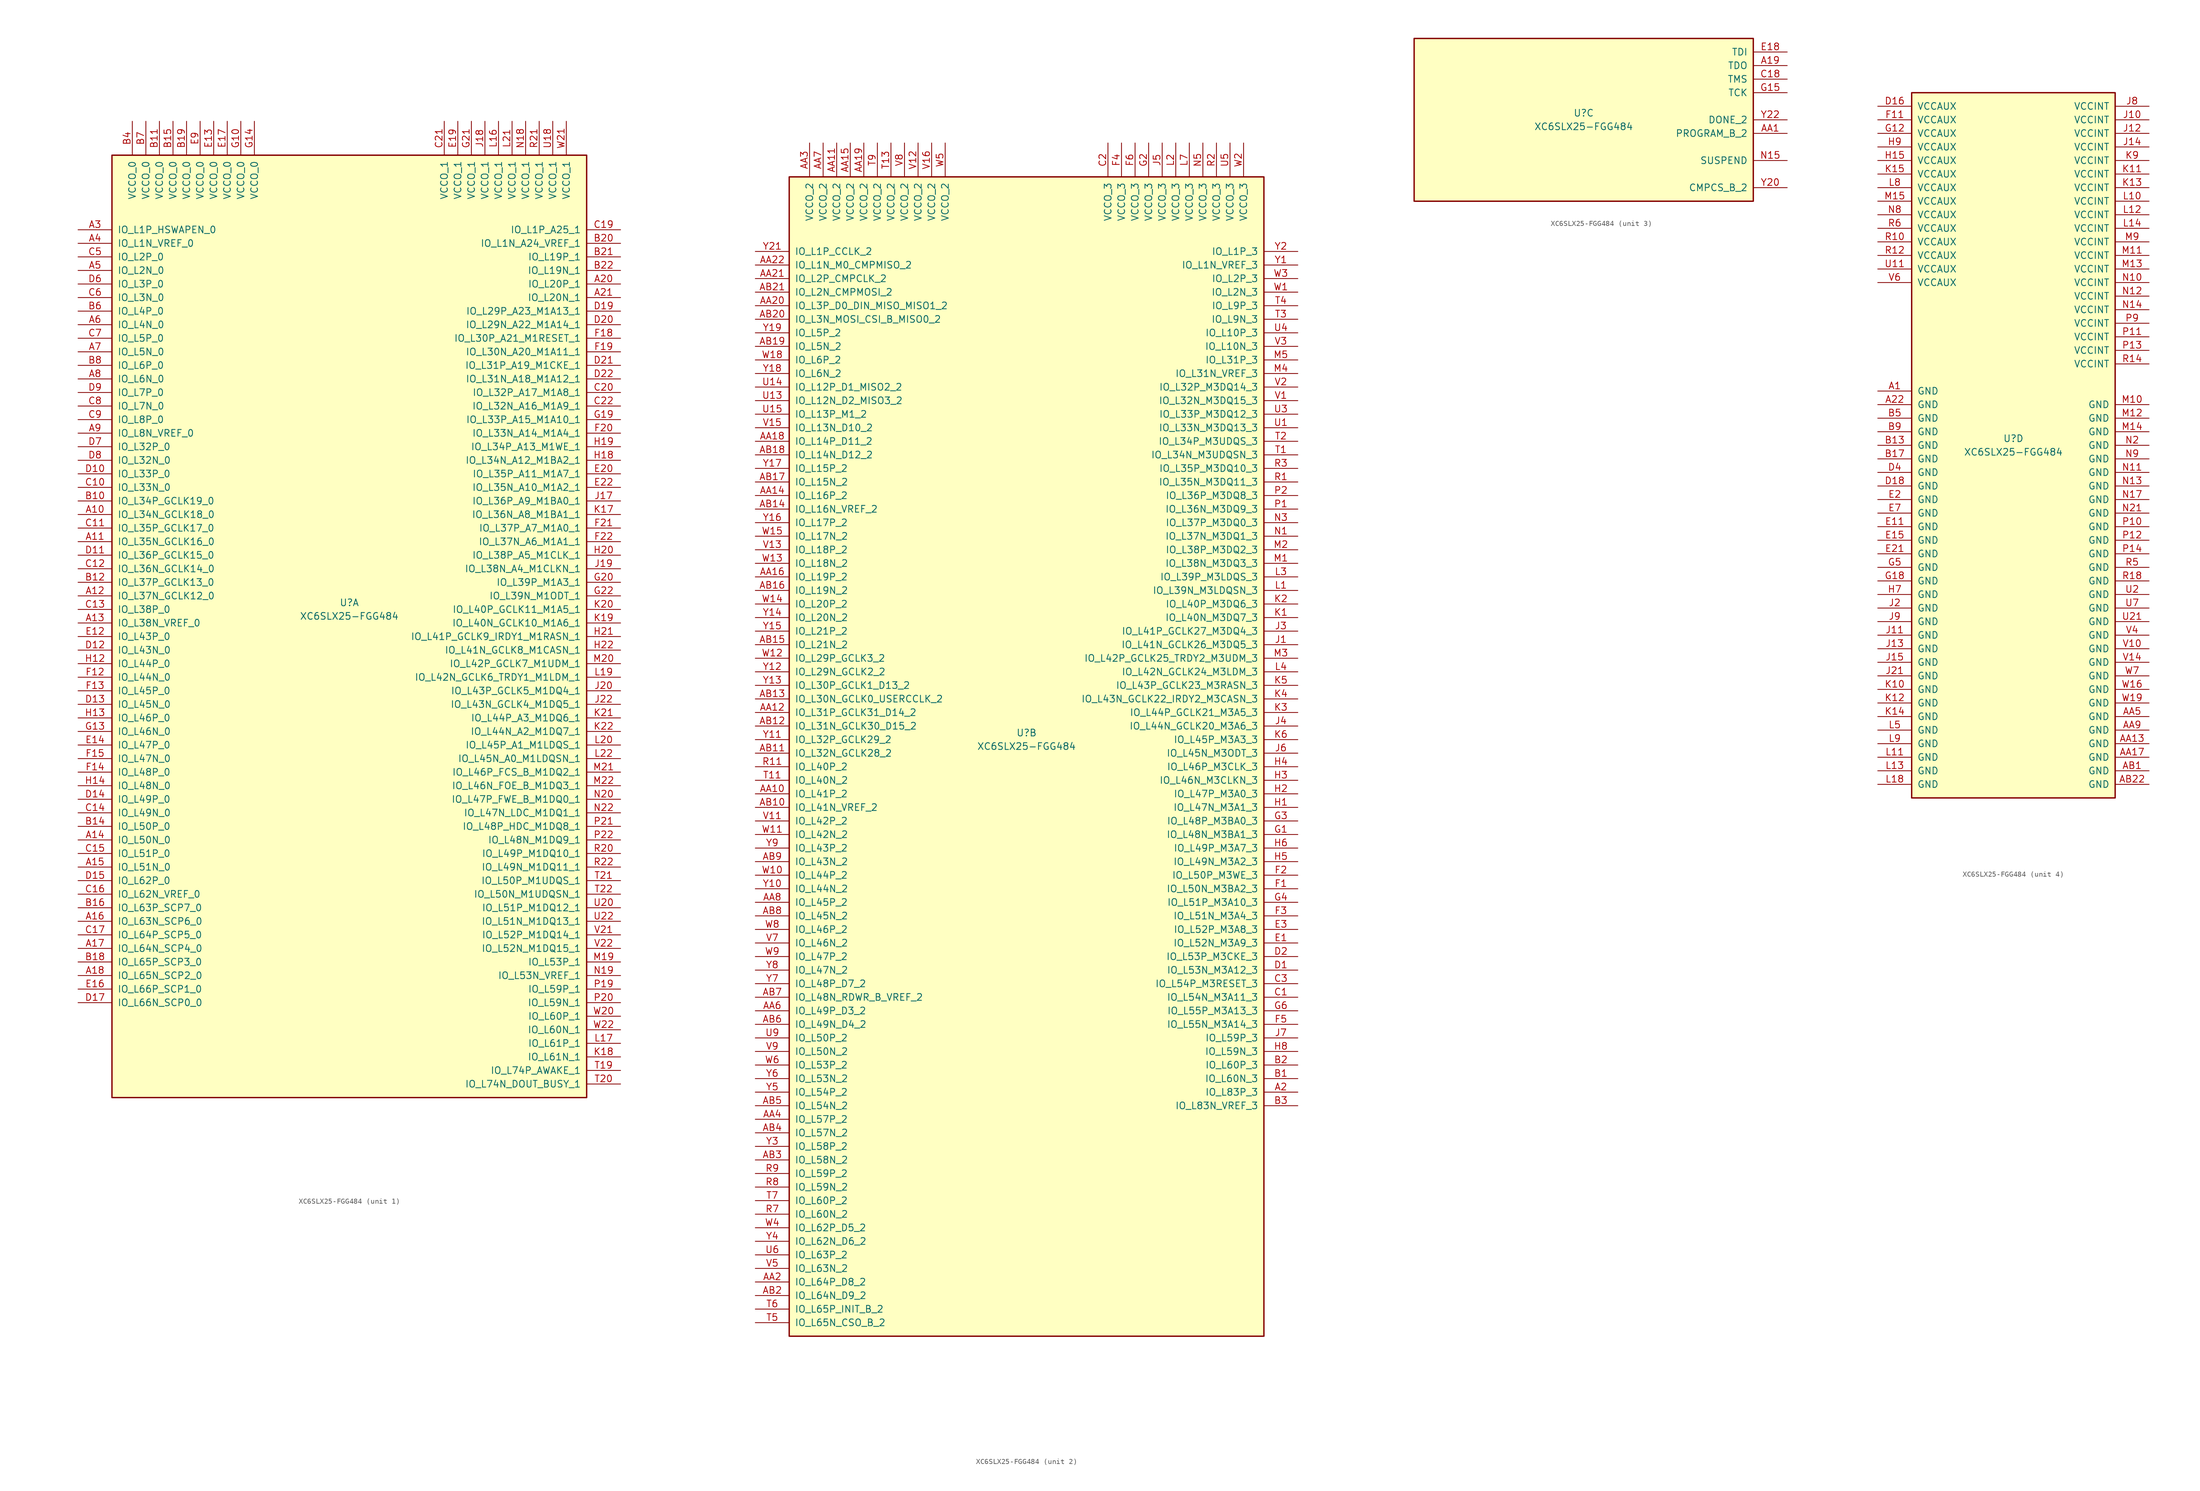
<source format=kicad_sym>
(kicad_symbol_lib
  (version 20220914)
  (generator kicad_symbol_editor)
  (symbol "XC6SLX25-FGG484"
    (pin_names
      (offset 1.016))
    (property "Reference" "U"
      (at 0 1.27 0)
      (effects (font (size 1.27 1.27))))
    (property "Value" "XC6SLX25-FGG484"
      (at 0 -1.27 0)
      (effects (font (size 1.27 1.27))))
    (property "Datasheet" ""
      (at 0 0 0)
      (effects (font (size 1.27 1.27))))
    (property "ki_locked" ""
      (at 0 0 0)
      (effects (font (size 1.27 1.27))))
    (symbol "XC6SLX25-FGG484_1_1"
      (rectangle (start -44.45 85.09) (end 44.45 -91.44) (stroke (width 0.254) (type default)) (fill (type background)))
      (pin bidirectional line (at -50.8 17.78 0) (length 6.35) (name "IO_L34N_GCLK18_0" (effects (font (size 1.27 1.27)))) (number "A10" (effects (font (size 1.27 1.27)))))
      (pin bidirectional line (at -50.8 12.7 0) (length 6.35) (name "IO_L35N_GCLK16_0" (effects (font (size 1.27 1.27)))) (number "A11" (effects (font (size 1.27 1.27)))))
      (pin bidirectional line (at -50.8 2.54 0) (length 6.35) (name "IO_L37N_GCLK12_0" (effects (font (size 1.27 1.27)))) (number "A12" (effects (font (size 1.27 1.27)))))
      (pin bidirectional line (at -50.8 -2.54 0) (length 6.35) (name "IO_L38N_VREF_0" (effects (font (size 1.27 1.27)))) (number "A13" (effects (font (size 1.27 1.27)))))
      (pin bidirectional line (at -50.8 -43.18 0) (length 6.35) (name "IO_L50N_0" (effects (font (size 1.27 1.27)))) (number "A14" (effects (font (size 1.27 1.27)))))
      (pin bidirectional line (at -50.8 -48.26 0) (length 6.35) (name "IO_L51N_0" (effects (font (size 1.27 1.27)))) (number "A15" (effects (font (size 1.27 1.27)))))
      (pin bidirectional line (at -50.8 -58.42 0) (length 6.35) (name "IO_L63N_SCP6_0" (effects (font (size 1.27 1.27)))) (number "A16" (effects (font (size 1.27 1.27)))))
      (pin bidirectional line (at -50.8 -63.5 0) (length 6.35) (name "IO_L64N_SCP4_0" (effects (font (size 1.27 1.27)))) (number "A17" (effects (font (size 1.27 1.27)))))
      (pin bidirectional line (at -50.8 -68.58 0) (length 6.35) (name "IO_L65N_SCP2_0" (effects (font (size 1.27 1.27)))) (number "A18" (effects (font (size 1.27 1.27)))))
      (pin bidirectional line (at 50.8 60.96 180) (length 6.35) (name "IO_L20P_1" (effects (font (size 1.27 1.27)))) (number "A20" (effects (font (size 1.27 1.27)))))
      (pin bidirectional line (at 50.8 58.42 180) (length 6.35) (name "IO_L20N_1" (effects (font (size 1.27 1.27)))) (number "A21" (effects (font (size 1.27 1.27)))))
      (pin bidirectional line (at -50.8 71.12 0) (length 6.35) (name "IO_L1P_HSWAPEN_0" (effects (font (size 1.27 1.27)))) (number "A3" (effects (font (size 1.27 1.27)))))
      (pin bidirectional line (at -50.8 68.58 0) (length 6.35) (name "IO_L1N_VREF_0" (effects (font (size 1.27 1.27)))) (number "A4" (effects (font (size 1.27 1.27)))))
      (pin bidirectional line (at -50.8 63.5 0) (length 6.35) (name "IO_L2N_0" (effects (font (size 1.27 1.27)))) (number "A5" (effects (font (size 1.27 1.27)))))
      (pin bidirectional line (at -50.8 53.34 0) (length 6.35) (name "IO_L4N_0" (effects (font (size 1.27 1.27)))) (number "A6" (effects (font (size 1.27 1.27)))))
      (pin bidirectional line (at -50.8 48.26 0) (length 6.35) (name "IO_L5N_0" (effects (font (size 1.27 1.27)))) (number "A7" (effects (font (size 1.27 1.27)))))
      (pin bidirectional line (at -50.8 43.18 0) (length 6.35) (name "IO_L6N_0" (effects (font (size 1.27 1.27)))) (number "A8" (effects (font (size 1.27 1.27)))))
      (pin bidirectional line (at -50.8 33.02 0) (length 6.35) (name "IO_L8N_VREF_0" (effects (font (size 1.27 1.27)))) (number "A9" (effects (font (size 1.27 1.27)))))
      (pin bidirectional line (at -50.8 20.32 0) (length 6.35) (name "IO_L34P_GCLK19_0" (effects (font (size 1.27 1.27)))) (number "B10" (effects (font (size 1.27 1.27)))))
      (pin power_in line (at -35.56 91.44 270) (length 6.35) (name "VCCO_0" (effects (font (size 1.27 1.27)))) (number "B11" (effects (font (size 1.27 1.27)))))
      (pin bidirectional line (at -50.8 5.08 0) (length 6.35) (name "IO_L37P_GCLK13_0" (effects (font (size 1.27 1.27)))) (number "B12" (effects (font (size 1.27 1.27)))))
      (pin bidirectional line (at -50.8 -40.64 0) (length 6.35) (name "IO_L50P_0" (effects (font (size 1.27 1.27)))) (number "B14" (effects (font (size 1.27 1.27)))))
      (pin power_in line (at -33.02 91.44 270) (length 6.35) (name "VCCO_0" (effects (font (size 1.27 1.27)))) (number "B15" (effects (font (size 1.27 1.27)))))
      (pin bidirectional line (at -50.8 -55.88 0) (length 6.35) (name "IO_L63P_SCP7_0" (effects (font (size 1.27 1.27)))) (number "B16" (effects (font (size 1.27 1.27)))))
      (pin bidirectional line (at -50.8 -66.04 0) (length 6.35) (name "IO_L65P_SCP3_0" (effects (font (size 1.27 1.27)))) (number "B18" (effects (font (size 1.27 1.27)))))
      (pin power_in line (at -30.48 91.44 270) (length 6.35) (name "VCCO_0" (effects (font (size 1.27 1.27)))) (number "B19" (effects (font (size 1.27 1.27)))))
      (pin bidirectional line (at 50.8 68.58 180) (length 6.35) (name "IO_L1N_A24_VREF_1" (effects (font (size 1.27 1.27)))) (number "B20" (effects (font (size 1.27 1.27)))))
      (pin bidirectional line (at 50.8 66.04 180) (length 6.35) (name "IO_L19P_1" (effects (font (size 1.27 1.27)))) (number "B21" (effects (font (size 1.27 1.27)))))
      (pin bidirectional line (at 50.8 63.5 180) (length 6.35) (name "IO_L19N_1" (effects (font (size 1.27 1.27)))) (number "B22" (effects (font (size 1.27 1.27)))))
      (pin power_in line (at -40.64 91.44 270) (length 6.35) (name "VCCO_0" (effects (font (size 1.27 1.27)))) (number "B4" (effects (font (size 1.27 1.27)))))
      (pin bidirectional line (at -50.8 55.88 0) (length 6.35) (name "IO_L4P_0" (effects (font (size 1.27 1.27)))) (number "B6" (effects (font (size 1.27 1.27)))))
      (pin power_in line (at -38.1 91.44 270) (length 6.35) (name "VCCO_0" (effects (font (size 1.27 1.27)))) (number "B7" (effects (font (size 1.27 1.27)))))
      (pin bidirectional line (at -50.8 45.72 0) (length 6.35) (name "IO_L6P_0" (effects (font (size 1.27 1.27)))) (number "B8" (effects (font (size 1.27 1.27)))))
      (pin bidirectional line (at -50.8 22.86 0) (length 6.35) (name "IO_L33N_0" (effects (font (size 1.27 1.27)))) (number "C10" (effects (font (size 1.27 1.27)))))
      (pin bidirectional line (at -50.8 15.24 0) (length 6.35) (name "IO_L35P_GCLK17_0" (effects (font (size 1.27 1.27)))) (number "C11" (effects (font (size 1.27 1.27)))))
      (pin bidirectional line (at -50.8 7.62 0) (length 6.35) (name "IO_L36N_GCLK14_0" (effects (font (size 1.27 1.27)))) (number "C12" (effects (font (size 1.27 1.27)))))
      (pin bidirectional line (at -50.8 0 0) (length 6.35) (name "IO_L38P_0" (effects (font (size 1.27 1.27)))) (number "C13" (effects (font (size 1.27 1.27)))))
      (pin bidirectional line (at -50.8 -38.1 0) (length 6.35) (name "IO_L49N_0" (effects (font (size 1.27 1.27)))) (number "C14" (effects (font (size 1.27 1.27)))))
      (pin bidirectional line (at -50.8 -45.72 0) (length 6.35) (name "IO_L51P_0" (effects (font (size 1.27 1.27)))) (number "C15" (effects (font (size 1.27 1.27)))))
      (pin bidirectional line (at -50.8 -53.34 0) (length 6.35) (name "IO_L62N_VREF_0" (effects (font (size 1.27 1.27)))) (number "C16" (effects (font (size 1.27 1.27)))))
      (pin bidirectional line (at -50.8 -60.96 0) (length 6.35) (name "IO_L64P_SCP5_0" (effects (font (size 1.27 1.27)))) (number "C17" (effects (font (size 1.27 1.27)))))
      (pin bidirectional line (at 50.8 71.12 180) (length 6.35) (name "IO_L1P_A25_1" (effects (font (size 1.27 1.27)))) (number "C19" (effects (font (size 1.27 1.27)))))
      (pin bidirectional line (at 50.8 40.64 180) (length 6.35) (name "IO_L32P_A17_M1A8_1" (effects (font (size 1.27 1.27)))) (number "C20" (effects (font (size 1.27 1.27)))))
      (pin power_in line (at 17.78 91.44 270) (length 6.35) (name "VCCO_1" (effects (font (size 1.27 1.27)))) (number "C21" (effects (font (size 1.27 1.27)))))
      (pin bidirectional line (at 50.8 38.1 180) (length 6.35) (name "IO_L32N_A16_M1A9_1" (effects (font (size 1.27 1.27)))) (number "C22" (effects (font (size 1.27 1.27)))))
      (pin bidirectional line (at -50.8 66.04 0) (length 6.35) (name "IO_L2P_0" (effects (font (size 1.27 1.27)))) (number "C5" (effects (font (size 1.27 1.27)))))
      (pin bidirectional line (at -50.8 58.42 0) (length 6.35) (name "IO_L3N_0" (effects (font (size 1.27 1.27)))) (number "C6" (effects (font (size 1.27 1.27)))))
      (pin bidirectional line (at -50.8 50.8 0) (length 6.35) (name "IO_L5P_0" (effects (font (size 1.27 1.27)))) (number "C7" (effects (font (size 1.27 1.27)))))
      (pin bidirectional line (at -50.8 38.1 0) (length 6.35) (name "IO_L7N_0" (effects (font (size 1.27 1.27)))) (number "C8" (effects (font (size 1.27 1.27)))))
      (pin bidirectional line (at -50.8 35.56 0) (length 6.35) (name "IO_L8P_0" (effects (font (size 1.27 1.27)))) (number "C9" (effects (font (size 1.27 1.27)))))
      (pin bidirectional line (at -50.8 25.4 0) (length 6.35) (name "IO_L33P_0" (effects (font (size 1.27 1.27)))) (number "D10" (effects (font (size 1.27 1.27)))))
      (pin bidirectional line (at -50.8 10.16 0) (length 6.35) (name "IO_L36P_GCLK15_0" (effects (font (size 1.27 1.27)))) (number "D11" (effects (font (size 1.27 1.27)))))
      (pin bidirectional line (at -50.8 -7.62 0) (length 6.35) (name "IO_L43N_0" (effects (font (size 1.27 1.27)))) (number "D12" (effects (font (size 1.27 1.27)))))
      (pin bidirectional line (at -50.8 -17.78 0) (length 6.35) (name "IO_L45N_0" (effects (font (size 1.27 1.27)))) (number "D13" (effects (font (size 1.27 1.27)))))
      (pin bidirectional line (at -50.8 -35.56 0) (length 6.35) (name "IO_L49P_0" (effects (font (size 1.27 1.27)))) (number "D14" (effects (font (size 1.27 1.27)))))
      (pin bidirectional line (at -50.8 -50.8 0) (length 6.35) (name "IO_L62P_0" (effects (font (size 1.27 1.27)))) (number "D15" (effects (font (size 1.27 1.27)))))
      (pin bidirectional line (at -50.8 -73.66 0) (length 6.35) (name "IO_L66N_SCP0_0" (effects (font (size 1.27 1.27)))) (number "D17" (effects (font (size 1.27 1.27)))))
      (pin bidirectional line (at 50.8 55.88 180) (length 6.35) (name "IO_L29P_A23_M1A13_1" (effects (font (size 1.27 1.27)))) (number "D19" (effects (font (size 1.27 1.27)))))
      (pin bidirectional line (at 50.8 53.34 180) (length 6.35) (name "IO_L29N_A22_M1A14_1" (effects (font (size 1.27 1.27)))) (number "D20" (effects (font (size 1.27 1.27)))))
      (pin bidirectional line (at 50.8 45.72 180) (length 6.35) (name "IO_L31P_A19_M1CKE_1" (effects (font (size 1.27 1.27)))) (number "D21" (effects (font (size 1.27 1.27)))))
      (pin bidirectional line (at 50.8 43.18 180) (length 6.35) (name "IO_L31N_A18_M1A12_1" (effects (font (size 1.27 1.27)))) (number "D22" (effects (font (size 1.27 1.27)))))
      (pin bidirectional line (at -50.8 60.96 0) (length 6.35) (name "IO_L3P_0" (effects (font (size 1.27 1.27)))) (number "D6" (effects (font (size 1.27 1.27)))))
      (pin bidirectional line (at -50.8 30.48 0) (length 6.35) (name "IO_L32P_0" (effects (font (size 1.27 1.27)))) (number "D7" (effects (font (size 1.27 1.27)))))
      (pin bidirectional line (at -50.8 27.94 0) (length 6.35) (name "IO_L32N_0" (effects (font (size 1.27 1.27)))) (number "D8" (effects (font (size 1.27 1.27)))))
      (pin bidirectional line (at -50.8 40.64 0) (length 6.35) (name "IO_L7P_0" (effects (font (size 1.27 1.27)))) (number "D9" (effects (font (size 1.27 1.27)))))
      (pin bidirectional line (at -50.8 -5.08 0) (length 6.35) (name "IO_L43P_0" (effects (font (size 1.27 1.27)))) (number "E12" (effects (font (size 1.27 1.27)))))
      (pin power_in line (at -25.4 91.44 270) (length 6.35) (name "VCCO_0" (effects (font (size 1.27 1.27)))) (number "E13" (effects (font (size 1.27 1.27)))))
      (pin bidirectional line (at -50.8 -25.4 0) (length 6.35) (name "IO_L47P_0" (effects (font (size 1.27 1.27)))) (number "E14" (effects (font (size 1.27 1.27)))))
      (pin bidirectional line (at -50.8 -71.12 0) (length 6.35) (name "IO_L66P_SCP1_0" (effects (font (size 1.27 1.27)))) (number "E16" (effects (font (size 1.27 1.27)))))
      (pin power_in line (at -22.86 91.44 270) (length 6.35) (name "VCCO_0" (effects (font (size 1.27 1.27)))) (number "E17" (effects (font (size 1.27 1.27)))))
      (pin power_in line (at 20.32 91.44 270) (length 6.35) (name "VCCO_1" (effects (font (size 1.27 1.27)))) (number "E19" (effects (font (size 1.27 1.27)))))
      (pin bidirectional line (at 50.8 25.4 180) (length 6.35) (name "IO_L35P_A11_M1A7_1" (effects (font (size 1.27 1.27)))) (number "E20" (effects (font (size 1.27 1.27)))))
      (pin bidirectional line (at 50.8 22.86 180) (length 6.35) (name "IO_L35N_A10_M1A2_1" (effects (font (size 1.27 1.27)))) (number "E22" (effects (font (size 1.27 1.27)))))
      (pin power_in line (at -27.94 91.44 270) (length 6.35) (name "VCCO_0" (effects (font (size 1.27 1.27)))) (number "E9" (effects (font (size 1.27 1.27)))))
      (pin bidirectional line (at -50.8 -12.7 0) (length 6.35) (name "IO_L44N_0" (effects (font (size 1.27 1.27)))) (number "F12" (effects (font (size 1.27 1.27)))))
      (pin bidirectional line (at -50.8 -15.24 0) (length 6.35) (name "IO_L45P_0" (effects (font (size 1.27 1.27)))) (number "F13" (effects (font (size 1.27 1.27)))))
      (pin bidirectional line (at -50.8 -30.48 0) (length 6.35) (name "IO_L48P_0" (effects (font (size 1.27 1.27)))) (number "F14" (effects (font (size 1.27 1.27)))))
      (pin bidirectional line (at -50.8 -27.94 0) (length 6.35) (name "IO_L47N_0" (effects (font (size 1.27 1.27)))) (number "F15" (effects (font (size 1.27 1.27)))))
      (pin bidirectional line (at 50.8 50.8 180) (length 6.35) (name "IO_L30P_A21_M1RESET_1" (effects (font (size 1.27 1.27)))) (number "F18" (effects (font (size 1.27 1.27)))))
      (pin bidirectional line (at 50.8 48.26 180) (length 6.35) (name "IO_L30N_A20_M1A11_1" (effects (font (size 1.27 1.27)))) (number "F19" (effects (font (size 1.27 1.27)))))
      (pin bidirectional line (at 50.8 33.02 180) (length 6.35) (name "IO_L33N_A14_M1A4_1" (effects (font (size 1.27 1.27)))) (number "F20" (effects (font (size 1.27 1.27)))))
      (pin bidirectional line (at 50.8 15.24 180) (length 6.35) (name "IO_L37P_A7_M1A0_1" (effects (font (size 1.27 1.27)))) (number "F21" (effects (font (size 1.27 1.27)))))
      (pin bidirectional line (at 50.8 12.7 180) (length 6.35) (name "IO_L37N_A6_M1A1_1" (effects (font (size 1.27 1.27)))) (number "F22" (effects (font (size 1.27 1.27)))))
      (pin power_in line (at -20.32 91.44 270) (length 6.35) (name "VCCO_0" (effects (font (size 1.27 1.27)))) (number "G10" (effects (font (size 1.27 1.27)))))
      (pin bidirectional line (at -50.8 -22.86 0) (length 6.35) (name "IO_L46N_0" (effects (font (size 1.27 1.27)))) (number "G13" (effects (font (size 1.27 1.27)))))
      (pin power_in line (at -17.78 91.44 270) (length 6.35) (name "VCCO_0" (effects (font (size 1.27 1.27)))) (number "G14" (effects (font (size 1.27 1.27)))))
      (pin bidirectional line (at 50.8 35.56 180) (length 6.35) (name "IO_L33P_A15_M1A10_1" (effects (font (size 1.27 1.27)))) (number "G19" (effects (font (size 1.27 1.27)))))
      (pin bidirectional line (at 50.8 5.08 180) (length 6.35) (name "IO_L39P_M1A3_1" (effects (font (size 1.27 1.27)))) (number "G20" (effects (font (size 1.27 1.27)))))
      (pin power_in line (at 22.86 91.44 270) (length 6.35) (name "VCCO_1" (effects (font (size 1.27 1.27)))) (number "G21" (effects (font (size 1.27 1.27)))))
      (pin bidirectional line (at 50.8 2.54 180) (length 6.35) (name "IO_L39N_M1ODT_1" (effects (font (size 1.27 1.27)))) (number "G22" (effects (font (size 1.27 1.27)))))
      (pin bidirectional line (at -50.8 -10.16 0) (length 6.35) (name "IO_L44P_0" (effects (font (size 1.27 1.27)))) (number "H12" (effects (font (size 1.27 1.27)))))
      (pin bidirectional line (at -50.8 -20.32 0) (length 6.35) (name "IO_L46P_0" (effects (font (size 1.27 1.27)))) (number "H13" (effects (font (size 1.27 1.27)))))
      (pin bidirectional line (at -50.8 -33.02 0) (length 6.35) (name "IO_L48N_0" (effects (font (size 1.27 1.27)))) (number "H14" (effects (font (size 1.27 1.27)))))
      (pin bidirectional line (at 50.8 27.94 180) (length 6.35) (name "IO_L34N_A12_M1BA2_1" (effects (font (size 1.27 1.27)))) (number "H18" (effects (font (size 1.27 1.27)))))
      (pin bidirectional line (at 50.8 30.48 180) (length 6.35) (name "IO_L34P_A13_M1WE_1" (effects (font (size 1.27 1.27)))) (number "H19" (effects (font (size 1.27 1.27)))))
      (pin bidirectional line (at 50.8 10.16 180) (length 6.35) (name "IO_L38P_A5_M1CLK_1" (effects (font (size 1.27 1.27)))) (number "H20" (effects (font (size 1.27 1.27)))))
      (pin bidirectional line (at 50.8 -5.08 180) (length 6.35) (name "IO_L41P_GCLK9_IRDY1_M1RASN_1" (effects (font (size 1.27 1.27)))) (number "H21" (effects (font (size 1.27 1.27)))))
      (pin bidirectional line (at 50.8 -7.62 180) (length 6.35) (name "IO_L41N_GCLK8_M1CASN_1" (effects (font (size 1.27 1.27)))) (number "H22" (effects (font (size 1.27 1.27)))))
      (pin bidirectional line (at 50.8 20.32 180) (length 6.35) (name "IO_L36P_A9_M1BA0_1" (effects (font (size 1.27 1.27)))) (number "J17" (effects (font (size 1.27 1.27)))))
      (pin power_in line (at 25.4 91.44 270) (length 6.35) (name "VCCO_1" (effects (font (size 1.27 1.27)))) (number "J18" (effects (font (size 1.27 1.27)))))
      (pin bidirectional line (at 50.8 7.62 180) (length 6.35) (name "IO_L38N_A4_M1CLKN_1" (effects (font (size 1.27 1.27)))) (number "J19" (effects (font (size 1.27 1.27)))))
      (pin bidirectional line (at 50.8 -15.24 180) (length 6.35) (name "IO_L43P_GCLK5_M1DQ4_1" (effects (font (size 1.27 1.27)))) (number "J20" (effects (font (size 1.27 1.27)))))
      (pin bidirectional line (at 50.8 -17.78 180) (length 6.35) (name "IO_L43N_GCLK4_M1DQ5_1" (effects (font (size 1.27 1.27)))) (number "J22" (effects (font (size 1.27 1.27)))))
      (pin bidirectional line (at 50.8 17.78 180) (length 6.35) (name "IO_L36N_A8_M1BA1_1" (effects (font (size 1.27 1.27)))) (number "K17" (effects (font (size 1.27 1.27)))))
      (pin bidirectional line (at 50.8 -83.82 180) (length 6.35) (name "IO_L61N_1" (effects (font (size 1.27 1.27)))) (number "K18" (effects (font (size 1.27 1.27)))))
      (pin bidirectional line (at 50.8 -2.54 180) (length 6.35) (name "IO_L40N_GCLK10_M1A6_1" (effects (font (size 1.27 1.27)))) (number "K19" (effects (font (size 1.27 1.27)))))
      (pin bidirectional line (at 50.8 0 180) (length 6.35) (name "IO_L40P_GCLK11_M1A5_1" (effects (font (size 1.27 1.27)))) (number "K20" (effects (font (size 1.27 1.27)))))
      (pin bidirectional line (at 50.8 -20.32 180) (length 6.35) (name "IO_L44P_A3_M1DQ6_1" (effects (font (size 1.27 1.27)))) (number "K21" (effects (font (size 1.27 1.27)))))
      (pin bidirectional line (at 50.8 -22.86 180) (length 6.35) (name "IO_L44N_A2_M1DQ7_1" (effects (font (size 1.27 1.27)))) (number "K22" (effects (font (size 1.27 1.27)))))
      (pin power_in line (at 27.94 91.44 270) (length 6.35) (name "VCCO_1" (effects (font (size 1.27 1.27)))) (number "L16" (effects (font (size 1.27 1.27)))))
      (pin bidirectional line (at 50.8 -81.28 180) (length 6.35) (name "IO_L61P_1" (effects (font (size 1.27 1.27)))) (number "L17" (effects (font (size 1.27 1.27)))))
      (pin bidirectional line (at 50.8 -12.7 180) (length 6.35) (name "IO_L42N_GCLK6_TRDY1_M1LDM_1" (effects (font (size 1.27 1.27)))) (number "L19" (effects (font (size 1.27 1.27)))))
      (pin bidirectional line (at 50.8 -25.4 180) (length 6.35) (name "IO_L45P_A1_M1LDQS_1" (effects (font (size 1.27 1.27)))) (number "L20" (effects (font (size 1.27 1.27)))))
      (pin power_in line (at 30.48 91.44 270) (length 6.35) (name "VCCO_1" (effects (font (size 1.27 1.27)))) (number "L21" (effects (font (size 1.27 1.27)))))
      (pin bidirectional line (at 50.8 -27.94 180) (length 6.35) (name "IO_L45N_A0_M1LDQSN_1" (effects (font (size 1.27 1.27)))) (number "L22" (effects (font (size 1.27 1.27)))))
      (pin bidirectional line (at 50.8 -66.04 180) (length 6.35) (name "IO_L53P_1" (effects (font (size 1.27 1.27)))) (number "M19" (effects (font (size 1.27 1.27)))))
      (pin bidirectional line (at 50.8 -10.16 180) (length 6.35) (name "IO_L42P_GCLK7_M1UDM_1" (effects (font (size 1.27 1.27)))) (number "M20" (effects (font (size 1.27 1.27)))))
      (pin bidirectional line (at 50.8 -30.48 180) (length 6.35) (name "IO_L46P_FCS_B_M1DQ2_1" (effects (font (size 1.27 1.27)))) (number "M21" (effects (font (size 1.27 1.27)))))
      (pin bidirectional line (at 50.8 -33.02 180) (length 6.35) (name "IO_L46N_FOE_B_M1DQ3_1" (effects (font (size 1.27 1.27)))) (number "M22" (effects (font (size 1.27 1.27)))))
      (pin power_in line (at 33.02 91.44 270) (length 6.35) (name "VCCO_1" (effects (font (size 1.27 1.27)))) (number "N18" (effects (font (size 1.27 1.27)))))
      (pin bidirectional line (at 50.8 -68.58 180) (length 6.35) (name "IO_L53N_VREF_1" (effects (font (size 1.27 1.27)))) (number "N19" (effects (font (size 1.27 1.27)))))
      (pin bidirectional line (at 50.8 -35.56 180) (length 6.35) (name "IO_L47P_FWE_B_M1DQ0_1" (effects (font (size 1.27 1.27)))) (number "N20" (effects (font (size 1.27 1.27)))))
      (pin bidirectional line (at 50.8 -38.1 180) (length 6.35) (name "IO_L47N_LDC_M1DQ1_1" (effects (font (size 1.27 1.27)))) (number "N22" (effects (font (size 1.27 1.27)))))
      (pin bidirectional line (at 50.8 -71.12 180) (length 6.35) (name "IO_L59P_1" (effects (font (size 1.27 1.27)))) (number "P19" (effects (font (size 1.27 1.27)))))
      (pin bidirectional line (at 50.8 -73.66 180) (length 6.35) (name "IO_L59N_1" (effects (font (size 1.27 1.27)))) (number "P20" (effects (font (size 1.27 1.27)))))
      (pin bidirectional line (at 50.8 -40.64 180) (length 6.35) (name "IO_L48P_HDC_M1DQ8_1" (effects (font (size 1.27 1.27)))) (number "P21" (effects (font (size 1.27 1.27)))))
      (pin bidirectional line (at 50.8 -43.18 180) (length 6.35) (name "IO_L48N_M1DQ9_1" (effects (font (size 1.27 1.27)))) (number "P22" (effects (font (size 1.27 1.27)))))
      (pin bidirectional line (at 50.8 -45.72 180) (length 6.35) (name "IO_L49P_M1DQ10_1" (effects (font (size 1.27 1.27)))) (number "R20" (effects (font (size 1.27 1.27)))))
      (pin power_in line (at 35.56 91.44 270) (length 6.35) (name "VCCO_1" (effects (font (size 1.27 1.27)))) (number "R21" (effects (font (size 1.27 1.27)))))
      (pin bidirectional line (at 50.8 -48.26 180) (length 6.35) (name "IO_L49N_M1DQ11_1" (effects (font (size 1.27 1.27)))) (number "R22" (effects (font (size 1.27 1.27)))))
      (pin bidirectional line (at 50.8 -86.36 180) (length 6.35) (name "IO_L74P_AWAKE_1" (effects (font (size 1.27 1.27)))) (number "T19" (effects (font (size 1.27 1.27)))))
      (pin bidirectional line (at 50.8 -88.9 180) (length 6.35) (name "IO_L74N_DOUT_BUSY_1" (effects (font (size 1.27 1.27)))) (number "T20" (effects (font (size 1.27 1.27)))))
      (pin bidirectional line (at 50.8 -50.8 180) (length 6.35) (name "IO_L50P_M1UDQS_1" (effects (font (size 1.27 1.27)))) (number "T21" (effects (font (size 1.27 1.27)))))
      (pin bidirectional line (at 50.8 -53.34 180) (length 6.35) (name "IO_L50N_M1UDQSN_1" (effects (font (size 1.27 1.27)))) (number "T22" (effects (font (size 1.27 1.27)))))
      (pin power_in line (at 38.1 91.44 270) (length 6.35) (name "VCCO_1" (effects (font (size 1.27 1.27)))) (number "U18" (effects (font (size 1.27 1.27)))))
      (pin bidirectional line (at 50.8 -55.88 180) (length 6.35) (name "IO_L51P_M1DQ12_1" (effects (font (size 1.27 1.27)))) (number "U20" (effects (font (size 1.27 1.27)))))
      (pin bidirectional line (at 50.8 -58.42 180) (length 6.35) (name "IO_L51N_M1DQ13_1" (effects (font (size 1.27 1.27)))) (number "U22" (effects (font (size 1.27 1.27)))))
      (pin bidirectional line (at 50.8 -60.96 180) (length 6.35) (name "IO_L52P_M1DQ14_1" (effects (font (size 1.27 1.27)))) (number "V21" (effects (font (size 1.27 1.27)))))
      (pin bidirectional line (at 50.8 -63.5 180) (length 6.35) (name "IO_L52N_M1DQ15_1" (effects (font (size 1.27 1.27)))) (number "V22" (effects (font (size 1.27 1.27)))))
      (pin bidirectional line (at 50.8 -76.2 180) (length 6.35) (name "IO_L60P_1" (effects (font (size 1.27 1.27)))) (number "W20" (effects (font (size 1.27 1.27)))))
      (pin power_in line (at 40.64 91.44 270) (length 6.35) (name "VCCO_1" (effects (font (size 1.27 1.27)))) (number "W21" (effects (font (size 1.27 1.27)))))
      (pin bidirectional line (at 50.8 -78.74 180) (length 6.35) (name "IO_L60N_1" (effects (font (size 1.27 1.27)))) (number "W22" (effects (font (size 1.27 1.27))))))
    (symbol "XC6SLX25-FGG484_2_1"
      (rectangle (start -44.45 105.41) (end 44.45 -111.76) (stroke (width 0.254) (type default)) (fill (type background)))
      (pin bidirectional line (at 50.8 -66.04 180) (length 6.35) (name "IO_L83P_3" (effects (font (size 1.27 1.27)))) (number "A2" (effects (font (size 1.27 1.27)))))
      (pin bidirectional line (at -50.8 -10.16 0) (length 6.35) (name "IO_L41P_2" (effects (font (size 1.27 1.27)))) (number "AA10" (effects (font (size 1.27 1.27)))))
      (pin power_in line (at -35.56 111.76 270) (length 6.35) (name "VCCO_2" (effects (font (size 1.27 1.27)))) (number "AA11" (effects (font (size 1.27 1.27)))))
      (pin bidirectional line (at -50.8 5.08 0) (length 6.35) (name "IO_L31P_GCLK31_D14_2" (effects (font (size 1.27 1.27)))) (number "AA12" (effects (font (size 1.27 1.27)))))
      (pin bidirectional line (at -50.8 45.72 0) (length 6.35) (name "IO_L16P_2" (effects (font (size 1.27 1.27)))) (number "AA14" (effects (font (size 1.27 1.27)))))
      (pin power_in line (at -33.02 111.76 270) (length 6.35) (name "VCCO_2" (effects (font (size 1.27 1.27)))) (number "AA15" (effects (font (size 1.27 1.27)))))
      (pin bidirectional line (at -50.8 30.48 0) (length 6.35) (name "IO_L19P_2" (effects (font (size 1.27 1.27)))) (number "AA16" (effects (font (size 1.27 1.27)))))
      (pin bidirectional line (at -50.8 55.88 0) (length 6.35) (name "IO_L14P_D11_2" (effects (font (size 1.27 1.27)))) (number "AA18" (effects (font (size 1.27 1.27)))))
      (pin power_in line (at -30.48 111.76 270) (length 6.35) (name "VCCO_2" (effects (font (size 1.27 1.27)))) (number "AA19" (effects (font (size 1.27 1.27)))))
      (pin bidirectional line (at -50.8 -101.6 0) (length 6.35) (name "IO_L64P_D8_2" (effects (font (size 1.27 1.27)))) (number "AA2" (effects (font (size 1.27 1.27)))))
      (pin bidirectional line (at -50.8 81.28 0) (length 6.35) (name "IO_L3P_D0_DIN_MISO_MISO1_2" (effects (font (size 1.27 1.27)))) (number "AA20" (effects (font (size 1.27 1.27)))))
      (pin bidirectional line (at -50.8 86.36 0) (length 6.35) (name "IO_L2P_CMPCLK_2" (effects (font (size 1.27 1.27)))) (number "AA21" (effects (font (size 1.27 1.27)))))
      (pin bidirectional line (at -50.8 88.9 0) (length 6.35) (name "IO_L1N_M0_CMPMISO_2" (effects (font (size 1.27 1.27)))) (number "AA22" (effects (font (size 1.27 1.27)))))
      (pin power_in line (at -40.64 111.76 270) (length 6.35) (name "VCCO_2" (effects (font (size 1.27 1.27)))) (number "AA3" (effects (font (size 1.27 1.27)))))
      (pin bidirectional line (at -50.8 -71.12 0) (length 6.35) (name "IO_L57P_2" (effects (font (size 1.27 1.27)))) (number "AA4" (effects (font (size 1.27 1.27)))))
      (pin bidirectional line (at -50.8 -50.8 0) (length 6.35) (name "IO_L49P_D3_2" (effects (font (size 1.27 1.27)))) (number "AA6" (effects (font (size 1.27 1.27)))))
      (pin power_in line (at -38.1 111.76 270) (length 6.35) (name "VCCO_2" (effects (font (size 1.27 1.27)))) (number "AA7" (effects (font (size 1.27 1.27)))))
      (pin bidirectional line (at -50.8 -30.48 0) (length 6.35) (name "IO_L45P_2" (effects (font (size 1.27 1.27)))) (number "AA8" (effects (font (size 1.27 1.27)))))
      (pin bidirectional line (at -50.8 -12.7 0) (length 6.35) (name "IO_L41N_VREF_2" (effects (font (size 1.27 1.27)))) (number "AB10" (effects (font (size 1.27 1.27)))))
      (pin bidirectional line (at -50.8 -2.54 0) (length 6.35) (name "IO_L32N_GCLK28_2" (effects (font (size 1.27 1.27)))) (number "AB11" (effects (font (size 1.27 1.27)))))
      (pin bidirectional line (at -50.8 2.54 0) (length 6.35) (name "IO_L31N_GCLK30_D15_2" (effects (font (size 1.27 1.27)))) (number "AB12" (effects (font (size 1.27 1.27)))))
      (pin bidirectional line (at -50.8 7.62 0) (length 6.35) (name "IO_L30N_GCLK0_USERCCLK_2" (effects (font (size 1.27 1.27)))) (number "AB13" (effects (font (size 1.27 1.27)))))
      (pin bidirectional line (at -50.8 43.18 0) (length 6.35) (name "IO_L16N_VREF_2" (effects (font (size 1.27 1.27)))) (number "AB14" (effects (font (size 1.27 1.27)))))
      (pin bidirectional line (at -50.8 17.78 0) (length 6.35) (name "IO_L21N_2" (effects (font (size 1.27 1.27)))) (number "AB15" (effects (font (size 1.27 1.27)))))
      (pin bidirectional line (at -50.8 27.94 0) (length 6.35) (name "IO_L19N_2" (effects (font (size 1.27 1.27)))) (number "AB16" (effects (font (size 1.27 1.27)))))
      (pin bidirectional line (at -50.8 48.26 0) (length 6.35) (name "IO_L15N_2" (effects (font (size 1.27 1.27)))) (number "AB17" (effects (font (size 1.27 1.27)))))
      (pin bidirectional line (at -50.8 53.34 0) (length 6.35) (name "IO_L14N_D12_2" (effects (font (size 1.27 1.27)))) (number "AB18" (effects (font (size 1.27 1.27)))))
      (pin bidirectional line (at -50.8 73.66 0) (length 6.35) (name "IO_L5N_2" (effects (font (size 1.27 1.27)))) (number "AB19" (effects (font (size 1.27 1.27)))))
      (pin bidirectional line (at -50.8 -104.14 0) (length 6.35) (name "IO_L64N_D9_2" (effects (font (size 1.27 1.27)))) (number "AB2" (effects (font (size 1.27 1.27)))))
      (pin bidirectional line (at -50.8 78.74 0) (length 6.35) (name "IO_L3N_MOSI_CSI_B_MISO0_2" (effects (font (size 1.27 1.27)))) (number "AB20" (effects (font (size 1.27 1.27)))))
      (pin bidirectional line (at -50.8 83.82 0) (length 6.35) (name "IO_L2N_CMPMOSI_2" (effects (font (size 1.27 1.27)))) (number "AB21" (effects (font (size 1.27 1.27)))))
      (pin bidirectional line (at -50.8 -78.74 0) (length 6.35) (name "IO_L58N_2" (effects (font (size 1.27 1.27)))) (number "AB3" (effects (font (size 1.27 1.27)))))
      (pin bidirectional line (at -50.8 -73.66 0) (length 6.35) (name "IO_L57N_2" (effects (font (size 1.27 1.27)))) (number "AB4" (effects (font (size 1.27 1.27)))))
      (pin bidirectional line (at -50.8 -68.58 0) (length 6.35) (name "IO_L54N_2" (effects (font (size 1.27 1.27)))) (number "AB5" (effects (font (size 1.27 1.27)))))
      (pin bidirectional line (at -50.8 -53.34 0) (length 6.35) (name "IO_L49N_D4_2" (effects (font (size 1.27 1.27)))) (number "AB6" (effects (font (size 1.27 1.27)))))
      (pin bidirectional line (at -50.8 -48.26 0) (length 6.35) (name "IO_L48N_RDWR_B_VREF_2" (effects (font (size 1.27 1.27)))) (number "AB7" (effects (font (size 1.27 1.27)))))
      (pin bidirectional line (at -50.8 -33.02 0) (length 6.35) (name "IO_L45N_2" (effects (font (size 1.27 1.27)))) (number "AB8" (effects (font (size 1.27 1.27)))))
      (pin bidirectional line (at -50.8 -22.86 0) (length 6.35) (name "IO_L43N_2" (effects (font (size 1.27 1.27)))) (number "AB9" (effects (font (size 1.27 1.27)))))
      (pin bidirectional line (at 50.8 -63.5 180) (length 6.35) (name "IO_L60N_3" (effects (font (size 1.27 1.27)))) (number "B1" (effects (font (size 1.27 1.27)))))
      (pin bidirectional line (at 50.8 -60.96 180) (length 6.35) (name "IO_L60P_3" (effects (font (size 1.27 1.27)))) (number "B2" (effects (font (size 1.27 1.27)))))
      (pin bidirectional line (at 50.8 -68.58 180) (length 6.35) (name "IO_L83N_VREF_3" (effects (font (size 1.27 1.27)))) (number "B3" (effects (font (size 1.27 1.27)))))
      (pin bidirectional line (at 50.8 -48.26 180) (length 6.35) (name "IO_L54N_M3A11_3" (effects (font (size 1.27 1.27)))) (number "C1" (effects (font (size 1.27 1.27)))))
      (pin power_in line (at 15.24 111.76 270) (length 6.35) (name "VCCO_3" (effects (font (size 1.27 1.27)))) (number "C2" (effects (font (size 1.27 1.27)))))
      (pin bidirectional line (at 50.8 -45.72 180) (length 6.35) (name "IO_L54P_M3RESET_3" (effects (font (size 1.27 1.27)))) (number "C3" (effects (font (size 1.27 1.27)))))
      (pin bidirectional line (at 50.8 -43.18 180) (length 6.35) (name "IO_L53N_M3A12_3" (effects (font (size 1.27 1.27)))) (number "D1" (effects (font (size 1.27 1.27)))))
      (pin bidirectional line (at 50.8 -40.64 180) (length 6.35) (name "IO_L53P_M3CKE_3" (effects (font (size 1.27 1.27)))) (number "D2" (effects (font (size 1.27 1.27)))))
      (pin bidirectional line (at 50.8 -38.1 180) (length 6.35) (name "IO_L52N_M3A9_3" (effects (font (size 1.27 1.27)))) (number "E1" (effects (font (size 1.27 1.27)))))
      (pin bidirectional line (at 50.8 -35.56 180) (length 6.35) (name "IO_L52P_M3A8_3" (effects (font (size 1.27 1.27)))) (number "E3" (effects (font (size 1.27 1.27)))))
      (pin bidirectional line (at 50.8 -27.94 180) (length 6.35) (name "IO_L50N_M3BA2_3" (effects (font (size 1.27 1.27)))) (number "F1" (effects (font (size 1.27 1.27)))))
      (pin bidirectional line (at 50.8 -25.4 180) (length 6.35) (name "IO_L50P_M3WE_3" (effects (font (size 1.27 1.27)))) (number "F2" (effects (font (size 1.27 1.27)))))
      (pin bidirectional line (at 50.8 -33.02 180) (length 6.35) (name "IO_L51N_M3A4_3" (effects (font (size 1.27 1.27)))) (number "F3" (effects (font (size 1.27 1.27)))))
      (pin power_in line (at 17.78 111.76 270) (length 6.35) (name "VCCO_3" (effects (font (size 1.27 1.27)))) (number "F4" (effects (font (size 1.27 1.27)))))
      (pin bidirectional line (at 50.8 -53.34 180) (length 6.35) (name "IO_L55N_M3A14_3" (effects (font (size 1.27 1.27)))) (number "F5" (effects (font (size 1.27 1.27)))))
      (pin power_in line (at 20.32 111.76 270) (length 6.35) (name "VCCO_3" (effects (font (size 1.27 1.27)))) (number "F6" (effects (font (size 1.27 1.27)))))
      (pin bidirectional line (at 50.8 -17.78 180) (length 6.35) (name "IO_L48N_M3BA1_3" (effects (font (size 1.27 1.27)))) (number "G1" (effects (font (size 1.27 1.27)))))
      (pin power_in line (at 22.86 111.76 270) (length 6.35) (name "VCCO_3" (effects (font (size 1.27 1.27)))) (number "G2" (effects (font (size 1.27 1.27)))))
      (pin bidirectional line (at 50.8 -15.24 180) (length 6.35) (name "IO_L48P_M3BA0_3" (effects (font (size 1.27 1.27)))) (number "G3" (effects (font (size 1.27 1.27)))))
      (pin bidirectional line (at 50.8 -30.48 180) (length 6.35) (name "IO_L51P_M3A10_3" (effects (font (size 1.27 1.27)))) (number "G4" (effects (font (size 1.27 1.27)))))
      (pin bidirectional line (at 50.8 -50.8 180) (length 6.35) (name "IO_L55P_M3A13_3" (effects (font (size 1.27 1.27)))) (number "G6" (effects (font (size 1.27 1.27)))))
      (pin bidirectional line (at 50.8 -12.7 180) (length 6.35) (name "IO_L47N_M3A1_3" (effects (font (size 1.27 1.27)))) (number "H1" (effects (font (size 1.27 1.27)))))
      (pin bidirectional line (at 50.8 -10.16 180) (length 6.35) (name "IO_L47P_M3A0_3" (effects (font (size 1.27 1.27)))) (number "H2" (effects (font (size 1.27 1.27)))))
      (pin bidirectional line (at 50.8 -7.62 180) (length 6.35) (name "IO_L46N_M3CLKN_3" (effects (font (size 1.27 1.27)))) (number "H3" (effects (font (size 1.27 1.27)))))
      (pin bidirectional line (at 50.8 -5.08 180) (length 6.35) (name "IO_L46P_M3CLK_3" (effects (font (size 1.27 1.27)))) (number "H4" (effects (font (size 1.27 1.27)))))
      (pin bidirectional line (at 50.8 -22.86 180) (length 6.35) (name "IO_L49N_M3A2_3" (effects (font (size 1.27 1.27)))) (number "H5" (effects (font (size 1.27 1.27)))))
      (pin bidirectional line (at 50.8 -20.32 180) (length 6.35) (name "IO_L49P_M3A7_3" (effects (font (size 1.27 1.27)))) (number "H6" (effects (font (size 1.27 1.27)))))
      (pin bidirectional line (at 50.8 -58.42 180) (length 6.35) (name "IO_L59N_3" (effects (font (size 1.27 1.27)))) (number "H8" (effects (font (size 1.27 1.27)))))
      (pin bidirectional line (at 50.8 17.78 180) (length 6.35) (name "IO_L41N_GCLK26_M3DQ5_3" (effects (font (size 1.27 1.27)))) (number "J1" (effects (font (size 1.27 1.27)))))
      (pin bidirectional line (at 50.8 20.32 180) (length 6.35) (name "IO_L41P_GCLK27_M3DQ4_3" (effects (font (size 1.27 1.27)))) (number "J3" (effects (font (size 1.27 1.27)))))
      (pin bidirectional line (at 50.8 2.54 180) (length 6.35) (name "IO_L44N_GCLK20_M3A6_3" (effects (font (size 1.27 1.27)))) (number "J4" (effects (font (size 1.27 1.27)))))
      (pin power_in line (at 25.4 111.76 270) (length 6.35) (name "VCCO_3" (effects (font (size 1.27 1.27)))) (number "J5" (effects (font (size 1.27 1.27)))))
      (pin bidirectional line (at 50.8 -2.54 180) (length 6.35) (name "IO_L45N_M3ODT_3" (effects (font (size 1.27 1.27)))) (number "J6" (effects (font (size 1.27 1.27)))))
      (pin bidirectional line (at 50.8 -55.88 180) (length 6.35) (name "IO_L59P_3" (effects (font (size 1.27 1.27)))) (number "J7" (effects (font (size 1.27 1.27)))))
      (pin bidirectional line (at 50.8 22.86 180) (length 6.35) (name "IO_L40N_M3DQ7_3" (effects (font (size 1.27 1.27)))) (number "K1" (effects (font (size 1.27 1.27)))))
      (pin bidirectional line (at 50.8 25.4 180) (length 6.35) (name "IO_L40P_M3DQ6_3" (effects (font (size 1.27 1.27)))) (number "K2" (effects (font (size 1.27 1.27)))))
      (pin bidirectional line (at 50.8 5.08 180) (length 6.35) (name "IO_L44P_GCLK21_M3A5_3" (effects (font (size 1.27 1.27)))) (number "K3" (effects (font (size 1.27 1.27)))))
      (pin bidirectional line (at 50.8 7.62 180) (length 6.35) (name "IO_L43N_GCLK22_IRDY2_M3CASN_3" (effects (font (size 1.27 1.27)))) (number "K4" (effects (font (size 1.27 1.27)))))
      (pin bidirectional line (at 50.8 10.16 180) (length 6.35) (name "IO_L43P_GCLK23_M3RASN_3" (effects (font (size 1.27 1.27)))) (number "K5" (effects (font (size 1.27 1.27)))))
      (pin bidirectional line (at 50.8 0 180) (length 6.35) (name "IO_L45P_M3A3_3" (effects (font (size 1.27 1.27)))) (number "K6" (effects (font (size 1.27 1.27)))))
      (pin bidirectional line (at 50.8 27.94 180) (length 6.35) (name "IO_L39N_M3LDQSN_3" (effects (font (size 1.27 1.27)))) (number "L1" (effects (font (size 1.27 1.27)))))
      (pin power_in line (at 27.94 111.76 270) (length 6.35) (name "VCCO_3" (effects (font (size 1.27 1.27)))) (number "L2" (effects (font (size 1.27 1.27)))))
      (pin bidirectional line (at 50.8 30.48 180) (length 6.35) (name "IO_L39P_M3LDQS_3" (effects (font (size 1.27 1.27)))) (number "L3" (effects (font (size 1.27 1.27)))))
      (pin bidirectional line (at 50.8 12.7 180) (length 6.35) (name "IO_L42N_GCLK24_M3LDM_3" (effects (font (size 1.27 1.27)))) (number "L4" (effects (font (size 1.27 1.27)))))
      (pin power_in line (at 30.48 111.76 270) (length 6.35) (name "VCCO_3" (effects (font (size 1.27 1.27)))) (number "L7" (effects (font (size 1.27 1.27)))))
      (pin bidirectional line (at 50.8 33.02 180) (length 6.35) (name "IO_L38N_M3DQ3_3" (effects (font (size 1.27 1.27)))) (number "M1" (effects (font (size 1.27 1.27)))))
      (pin bidirectional line (at 50.8 35.56 180) (length 6.35) (name "IO_L38P_M3DQ2_3" (effects (font (size 1.27 1.27)))) (number "M2" (effects (font (size 1.27 1.27)))))
      (pin bidirectional line (at 50.8 15.24 180) (length 6.35) (name "IO_L42P_GCLK25_TRDY2_M3UDM_3" (effects (font (size 1.27 1.27)))) (number "M3" (effects (font (size 1.27 1.27)))))
      (pin bidirectional line (at 50.8 68.58 180) (length 6.35) (name "IO_L31N_VREF_3" (effects (font (size 1.27 1.27)))) (number "M4" (effects (font (size 1.27 1.27)))))
      (pin bidirectional line (at 50.8 71.12 180) (length 6.35) (name "IO_L31P_3" (effects (font (size 1.27 1.27)))) (number "M5" (effects (font (size 1.27 1.27)))))
      (pin bidirectional line (at 50.8 38.1 180) (length 6.35) (name "IO_L37N_M3DQ1_3" (effects (font (size 1.27 1.27)))) (number "N1" (effects (font (size 1.27 1.27)))))
      (pin bidirectional line (at 50.8 40.64 180) (length 6.35) (name "IO_L37P_M3DQ0_3" (effects (font (size 1.27 1.27)))) (number "N3" (effects (font (size 1.27 1.27)))))
      (pin power_in line (at 33.02 111.76 270) (length 6.35) (name "VCCO_3" (effects (font (size 1.27 1.27)))) (number "N5" (effects (font (size 1.27 1.27)))))
      (pin bidirectional line (at 50.8 43.18 180) (length 6.35) (name "IO_L36N_M3DQ9_3" (effects (font (size 1.27 1.27)))) (number "P1" (effects (font (size 1.27 1.27)))))
      (pin bidirectional line (at 50.8 45.72 180) (length 6.35) (name "IO_L36P_M3DQ8_3" (effects (font (size 1.27 1.27)))) (number "P2" (effects (font (size 1.27 1.27)))))
      (pin bidirectional line (at 50.8 48.26 180) (length 6.35) (name "IO_L35N_M3DQ11_3" (effects (font (size 1.27 1.27)))) (number "R1" (effects (font (size 1.27 1.27)))))
      (pin bidirectional line (at -50.8 -5.08 0) (length 6.35) (name "IO_L40P_2" (effects (font (size 1.27 1.27)))) (number "R11" (effects (font (size 1.27 1.27)))))
      (pin power_in line (at 35.56 111.76 270) (length 6.35) (name "VCCO_3" (effects (font (size 1.27 1.27)))) (number "R2" (effects (font (size 1.27 1.27)))))
      (pin bidirectional line (at 50.8 50.8 180) (length 6.35) (name "IO_L35P_M3DQ10_3" (effects (font (size 1.27 1.27)))) (number "R3" (effects (font (size 1.27 1.27)))))
      (pin bidirectional line (at -50.8 -88.9 0) (length 6.35) (name "IO_L60N_2" (effects (font (size 1.27 1.27)))) (number "R7" (effects (font (size 1.27 1.27)))))
      (pin bidirectional line (at -50.8 -83.82 0) (length 6.35) (name "IO_L59N_2" (effects (font (size 1.27 1.27)))) (number "R8" (effects (font (size 1.27 1.27)))))
      (pin bidirectional line (at -50.8 -81.28 0) (length 6.35) (name "IO_L59P_2" (effects (font (size 1.27 1.27)))) (number "R9" (effects (font (size 1.27 1.27)))))
      (pin bidirectional line (at 50.8 53.34 180) (length 6.35) (name "IO_L34N_M3UDQSN_3" (effects (font (size 1.27 1.27)))) (number "T1" (effects (font (size 1.27 1.27)))))
      (pin bidirectional line (at -50.8 -7.62 0) (length 6.35) (name "IO_L40N_2" (effects (font (size 1.27 1.27)))) (number "T11" (effects (font (size 1.27 1.27)))))
      (pin power_in line (at -25.4 111.76 270) (length 6.35) (name "VCCO_2" (effects (font (size 1.27 1.27)))) (number "T13" (effects (font (size 1.27 1.27)))))
      (pin bidirectional line (at 50.8 55.88 180) (length 6.35) (name "IO_L34P_M3UDQS_3" (effects (font (size 1.27 1.27)))) (number "T2" (effects (font (size 1.27 1.27)))))
      (pin bidirectional line (at 50.8 78.74 180) (length 6.35) (name "IO_L9N_3" (effects (font (size 1.27 1.27)))) (number "T3" (effects (font (size 1.27 1.27)))))
      (pin bidirectional line (at 50.8 81.28 180) (length 6.35) (name "IO_L9P_3" (effects (font (size 1.27 1.27)))) (number "T4" (effects (font (size 1.27 1.27)))))
      (pin bidirectional line (at -50.8 -109.22 0) (length 6.35) (name "IO_L65N_CSO_B_2" (effects (font (size 1.27 1.27)))) (number "T5" (effects (font (size 1.27 1.27)))))
      (pin bidirectional line (at -50.8 -106.68 0) (length 6.35) (name "IO_L65P_INIT_B_2" (effects (font (size 1.27 1.27)))) (number "T6" (effects (font (size 1.27 1.27)))))
      (pin bidirectional line (at -50.8 -86.36 0) (length 6.35) (name "IO_L60P_2" (effects (font (size 1.27 1.27)))) (number "T7" (effects (font (size 1.27 1.27)))))
      (pin power_in line (at -27.94 111.76 270) (length 6.35) (name "VCCO_2" (effects (font (size 1.27 1.27)))) (number "T9" (effects (font (size 1.27 1.27)))))
      (pin bidirectional line (at 50.8 58.42 180) (length 6.35) (name "IO_L33N_M3DQ13_3" (effects (font (size 1.27 1.27)))) (number "U1" (effects (font (size 1.27 1.27)))))
      (pin bidirectional line (at -50.8 63.5 0) (length 6.35) (name "IO_L12N_D2_MISO3_2" (effects (font (size 1.27 1.27)))) (number "U13" (effects (font (size 1.27 1.27)))))
      (pin bidirectional line (at -50.8 66.04 0) (length 6.35) (name "IO_L12P_D1_MISO2_2" (effects (font (size 1.27 1.27)))) (number "U14" (effects (font (size 1.27 1.27)))))
      (pin bidirectional line (at -50.8 60.96 0) (length 6.35) (name "IO_L13P_M1_2" (effects (font (size 1.27 1.27)))) (number "U15" (effects (font (size 1.27 1.27)))))
      (pin bidirectional line (at 50.8 60.96 180) (length 6.35) (name "IO_L33P_M3DQ12_3" (effects (font (size 1.27 1.27)))) (number "U3" (effects (font (size 1.27 1.27)))))
      (pin bidirectional line (at 50.8 76.2 180) (length 6.35) (name "IO_L10P_3" (effects (font (size 1.27 1.27)))) (number "U4" (effects (font (size 1.27 1.27)))))
      (pin power_in line (at 38.1 111.76 270) (length 6.35) (name "VCCO_3" (effects (font (size 1.27 1.27)))) (number "U5" (effects (font (size 1.27 1.27)))))
      (pin bidirectional line (at -50.8 -96.52 0) (length 6.35) (name "IO_L63P_2" (effects (font (size 1.27 1.27)))) (number "U6" (effects (font (size 1.27 1.27)))))
      (pin bidirectional line (at -50.8 -55.88 0) (length 6.35) (name "IO_L50P_2" (effects (font (size 1.27 1.27)))) (number "U9" (effects (font (size 1.27 1.27)))))
      (pin bidirectional line (at 50.8 63.5 180) (length 6.35) (name "IO_L32N_M3DQ15_3" (effects (font (size 1.27 1.27)))) (number "V1" (effects (font (size 1.27 1.27)))))
      (pin bidirectional line (at -50.8 -15.24 0) (length 6.35) (name "IO_L42P_2" (effects (font (size 1.27 1.27)))) (number "V11" (effects (font (size 1.27 1.27)))))
      (pin power_in line (at -20.32 111.76 270) (length 6.35) (name "VCCO_2" (effects (font (size 1.27 1.27)))) (number "V12" (effects (font (size 1.27 1.27)))))
      (pin bidirectional line (at -50.8 35.56 0) (length 6.35) (name "IO_L18P_2" (effects (font (size 1.27 1.27)))) (number "V13" (effects (font (size 1.27 1.27)))))
      (pin bidirectional line (at -50.8 58.42 0) (length 6.35) (name "IO_L13N_D10_2" (effects (font (size 1.27 1.27)))) (number "V15" (effects (font (size 1.27 1.27)))))
      (pin power_in line (at -17.78 111.76 270) (length 6.35) (name "VCCO_2" (effects (font (size 1.27 1.27)))) (number "V16" (effects (font (size 1.27 1.27)))))
      (pin bidirectional line (at 50.8 66.04 180) (length 6.35) (name "IO_L32P_M3DQ14_3" (effects (font (size 1.27 1.27)))) (number "V2" (effects (font (size 1.27 1.27)))))
      (pin bidirectional line (at 50.8 73.66 180) (length 6.35) (name "IO_L10N_3" (effects (font (size 1.27 1.27)))) (number "V3" (effects (font (size 1.27 1.27)))))
      (pin bidirectional line (at -50.8 -99.06 0) (length 6.35) (name "IO_L63N_2" (effects (font (size 1.27 1.27)))) (number "V5" (effects (font (size 1.27 1.27)))))
      (pin bidirectional line (at -50.8 -38.1 0) (length 6.35) (name "IO_L46N_2" (effects (font (size 1.27 1.27)))) (number "V7" (effects (font (size 1.27 1.27)))))
      (pin power_in line (at -22.86 111.76 270) (length 6.35) (name "VCCO_2" (effects (font (size 1.27 1.27)))) (number "V8" (effects (font (size 1.27 1.27)))))
      (pin bidirectional line (at -50.8 -58.42 0) (length 6.35) (name "IO_L50N_2" (effects (font (size 1.27 1.27)))) (number "V9" (effects (font (size 1.27 1.27)))))
      (pin bidirectional line (at 50.8 83.82 180) (length 6.35) (name "IO_L2N_3" (effects (font (size 1.27 1.27)))) (number "W1" (effects (font (size 1.27 1.27)))))
      (pin bidirectional line (at -50.8 -25.4 0) (length 6.35) (name "IO_L44P_2" (effects (font (size 1.27 1.27)))) (number "W10" (effects (font (size 1.27 1.27)))))
      (pin bidirectional line (at -50.8 -17.78 0) (length 6.35) (name "IO_L42N_2" (effects (font (size 1.27 1.27)))) (number "W11" (effects (font (size 1.27 1.27)))))
      (pin bidirectional line (at -50.8 15.24 0) (length 6.35) (name "IO_L29P_GCLK3_2" (effects (font (size 1.27 1.27)))) (number "W12" (effects (font (size 1.27 1.27)))))
      (pin bidirectional line (at -50.8 33.02 0) (length 6.35) (name "IO_L18N_2" (effects (font (size 1.27 1.27)))) (number "W13" (effects (font (size 1.27 1.27)))))
      (pin bidirectional line (at -50.8 25.4 0) (length 6.35) (name "IO_L20P_2" (effects (font (size 1.27 1.27)))) (number "W14" (effects (font (size 1.27 1.27)))))
      (pin bidirectional line (at -50.8 38.1 0) (length 6.35) (name "IO_L17N_2" (effects (font (size 1.27 1.27)))) (number "W15" (effects (font (size 1.27 1.27)))))
      (pin bidirectional line (at -50.8 71.12 0) (length 6.35) (name "IO_L6P_2" (effects (font (size 1.27 1.27)))) (number "W18" (effects (font (size 1.27 1.27)))))
      (pin power_in line (at 40.64 111.76 270) (length 6.35) (name "VCCO_3" (effects (font (size 1.27 1.27)))) (number "W2" (effects (font (size 1.27 1.27)))))
      (pin bidirectional line (at 50.8 86.36 180) (length 6.35) (name "IO_L2P_3" (effects (font (size 1.27 1.27)))) (number "W3" (effects (font (size 1.27 1.27)))))
      (pin bidirectional line (at -50.8 -91.44 0) (length 6.35) (name "IO_L62P_D5_2" (effects (font (size 1.27 1.27)))) (number "W4" (effects (font (size 1.27 1.27)))))
      (pin power_in line (at -15.24 111.76 270) (length 6.35) (name "VCCO_2" (effects (font (size 1.27 1.27)))) (number "W5" (effects (font (size 1.27 1.27)))))
      (pin bidirectional line (at -50.8 -60.96 0) (length 6.35) (name "IO_L53P_2" (effects (font (size 1.27 1.27)))) (number "W6" (effects (font (size 1.27 1.27)))))
      (pin bidirectional line (at -50.8 -35.56 0) (length 6.35) (name "IO_L46P_2" (effects (font (size 1.27 1.27)))) (number "W8" (effects (font (size 1.27 1.27)))))
      (pin bidirectional line (at -50.8 -40.64 0) (length 6.35) (name "IO_L47P_2" (effects (font (size 1.27 1.27)))) (number "W9" (effects (font (size 1.27 1.27)))))
      (pin bidirectional line (at 50.8 88.9 180) (length 6.35) (name "IO_L1N_VREF_3" (effects (font (size 1.27 1.27)))) (number "Y1" (effects (font (size 1.27 1.27)))))
      (pin bidirectional line (at -50.8 -27.94 0) (length 6.35) (name "IO_L44N_2" (effects (font (size 1.27 1.27)))) (number "Y10" (effects (font (size 1.27 1.27)))))
      (pin bidirectional line (at -50.8 0 0) (length 6.35) (name "IO_L32P_GCLK29_2" (effects (font (size 1.27 1.27)))) (number "Y11" (effects (font (size 1.27 1.27)))))
      (pin bidirectional line (at -50.8 12.7 0) (length 6.35) (name "IO_L29N_GCLK2_2" (effects (font (size 1.27 1.27)))) (number "Y12" (effects (font (size 1.27 1.27)))))
      (pin bidirectional line (at -50.8 10.16 0) (length 6.35) (name "IO_L30P_GCLK1_D13_2" (effects (font (size 1.27 1.27)))) (number "Y13" (effects (font (size 1.27 1.27)))))
      (pin bidirectional line (at -50.8 22.86 0) (length 6.35) (name "IO_L20N_2" (effects (font (size 1.27 1.27)))) (number "Y14" (effects (font (size 1.27 1.27)))))
      (pin bidirectional line (at -50.8 20.32 0) (length 6.35) (name "IO_L21P_2" (effects (font (size 1.27 1.27)))) (number "Y15" (effects (font (size 1.27 1.27)))))
      (pin bidirectional line (at -50.8 40.64 0) (length 6.35) (name "IO_L17P_2" (effects (font (size 1.27 1.27)))) (number "Y16" (effects (font (size 1.27 1.27)))))
      (pin bidirectional line (at -50.8 50.8 0) (length 6.35) (name "IO_L15P_2" (effects (font (size 1.27 1.27)))) (number "Y17" (effects (font (size 1.27 1.27)))))
      (pin bidirectional line (at -50.8 68.58 0) (length 6.35) (name "IO_L6N_2" (effects (font (size 1.27 1.27)))) (number "Y18" (effects (font (size 1.27 1.27)))))
      (pin bidirectional line (at -50.8 76.2 0) (length 6.35) (name "IO_L5P_2" (effects (font (size 1.27 1.27)))) (number "Y19" (effects (font (size 1.27 1.27)))))
      (pin bidirectional line (at 50.8 91.44 180) (length 6.35) (name "IO_L1P_3" (effects (font (size 1.27 1.27)))) (number "Y2" (effects (font (size 1.27 1.27)))))
      (pin bidirectional line (at -50.8 91.44 0) (length 6.35) (name "IO_L1P_CCLK_2" (effects (font (size 1.27 1.27)))) (number "Y21" (effects (font (size 1.27 1.27)))))
      (pin bidirectional line (at -50.8 -76.2 0) (length 6.35) (name "IO_L58P_2" (effects (font (size 1.27 1.27)))) (number "Y3" (effects (font (size 1.27 1.27)))))
      (pin bidirectional line (at -50.8 -93.98 0) (length 6.35) (name "IO_L62N_D6_2" (effects (font (size 1.27 1.27)))) (number "Y4" (effects (font (size 1.27 1.27)))))
      (pin bidirectional line (at -50.8 -66.04 0) (length 6.35) (name "IO_L54P_2" (effects (font (size 1.27 1.27)))) (number "Y5" (effects (font (size 1.27 1.27)))))
      (pin bidirectional line (at -50.8 -63.5 0) (length 6.35) (name "IO_L53N_2" (effects (font (size 1.27 1.27)))) (number "Y6" (effects (font (size 1.27 1.27)))))
      (pin bidirectional line (at -50.8 -45.72 0) (length 6.35) (name "IO_L48P_D7_2" (effects (font (size 1.27 1.27)))) (number "Y7" (effects (font (size 1.27 1.27)))))
      (pin bidirectional line (at -50.8 -43.18 0) (length 6.35) (name "IO_L47N_2" (effects (font (size 1.27 1.27)))) (number "Y8" (effects (font (size 1.27 1.27)))))
      (pin bidirectional line (at -50.8 -20.32 0) (length 6.35) (name "IO_L43P_2" (effects (font (size 1.27 1.27)))) (number "Y9" (effects (font (size 1.27 1.27))))))
    (symbol "XC6SLX25-FGG484_3_1"
      (rectangle (start -31.75 15.24) (end 31.75 -15.24) (stroke (width 0.254) (type default)) (fill (type background)))
      (pin bidirectional line (at 38.1 10.16 180) (length 6.35) (name "TDO" (effects (font (size 1.27 1.27)))) (number "A19" (effects (font (size 1.27 1.27)))))
      (pin bidirectional line (at 38.1 -2.54 180) (length 6.35) (name "PROGRAM_B_2" (effects (font (size 1.27 1.27)))) (number "AA1" (effects (font (size 1.27 1.27)))))
      (pin bidirectional line (at 38.1 7.62 180) (length 6.35) (name "TMS" (effects (font (size 1.27 1.27)))) (number "C18" (effects (font (size 1.27 1.27)))))
      (pin bidirectional line (at 38.1 12.7 180) (length 6.35) (name "TDI" (effects (font (size 1.27 1.27)))) (number "E18" (effects (font (size 1.27 1.27)))))
      (pin bidirectional line (at 38.1 5.08 180) (length 6.35) (name "TCK" (effects (font (size 1.27 1.27)))) (number "G15" (effects (font (size 1.27 1.27)))))
      (pin bidirectional line (at 38.1 -7.62 180) (length 6.35) (name "SUSPEND" (effects (font (size 1.27 1.27)))) (number "N15" (effects (font (size 1.27 1.27)))))
      (pin bidirectional line (at 38.1 -12.7 180) (length 6.35) (name "CMPCS_B_2" (effects (font (size 1.27 1.27)))) (number "Y20" (effects (font (size 1.27 1.27)))))
      (pin bidirectional line (at 38.1 0 180) (length 6.35) (name "DONE_2" (effects (font (size 1.27 1.27)))) (number "Y22" (effects (font (size 1.27 1.27))))))
    (symbol "XC6SLX25-FGG484_4_1"
      (rectangle (start -19.05 66.04) (end 19.05 -66.04) (stroke (width 0.254) (type default)) (fill (type background)))
      (pin power_in line (at -25.4 10.16 0) (length 6.35) (name "GND" (effects (font (size 1.27 1.27)))) (number "A1" (effects (font (size 1.27 1.27)))))
      (pin power_in line (at -25.4 7.62 0) (length 6.35) (name "GND" (effects (font (size 1.27 1.27)))) (number "A22" (effects (font (size 1.27 1.27)))))
      (pin power_in line (at 25.4 -55.88 180) (length 6.35) (name "GND" (effects (font (size 1.27 1.27)))) (number "AA13" (effects (font (size 1.27 1.27)))))
      (pin power_in line (at 25.4 -58.42 180) (length 6.35) (name "GND" (effects (font (size 1.27 1.27)))) (number "AA17" (effects (font (size 1.27 1.27)))))
      (pin power_in line (at 25.4 -50.8 180) (length 6.35) (name "GND" (effects (font (size 1.27 1.27)))) (number "AA5" (effects (font (size 1.27 1.27)))))
      (pin power_in line (at 25.4 -53.34 180) (length 6.35) (name "GND" (effects (font (size 1.27 1.27)))) (number "AA9" (effects (font (size 1.27 1.27)))))
      (pin power_in line (at 25.4 -60.96 180) (length 6.35) (name "GND" (effects (font (size 1.27 1.27)))) (number "AB1" (effects (font (size 1.27 1.27)))))
      (pin power_in line (at 25.4 -63.5 180) (length 6.35) (name "GND" (effects (font (size 1.27 1.27)))) (number "AB22" (effects (font (size 1.27 1.27)))))
      (pin power_in line (at -25.4 0 0) (length 6.35) (name "GND" (effects (font (size 1.27 1.27)))) (number "B13" (effects (font (size 1.27 1.27)))))
      (pin power_in line (at -25.4 -2.54 0) (length 6.35) (name "GND" (effects (font (size 1.27 1.27)))) (number "B17" (effects (font (size 1.27 1.27)))))
      (pin power_in line (at -25.4 5.08 0) (length 6.35) (name "GND" (effects (font (size 1.27 1.27)))) (number "B5" (effects (font (size 1.27 1.27)))))
      (pin power_in line (at -25.4 2.54 0) (length 6.35) (name "GND" (effects (font (size 1.27 1.27)))) (number "B9" (effects (font (size 1.27 1.27)))))
      (pin power_in line (at -25.4 63.5 0) (length 6.35) (name "VCCAUX" (effects (font (size 1.27 1.27)))) (number "D16" (effects (font (size 1.27 1.27)))))
      (pin power_in line (at -25.4 -7.62 0) (length 6.35) (name "GND" (effects (font (size 1.27 1.27)))) (number "D18" (effects (font (size 1.27 1.27)))))
      (pin power_in line (at -25.4 -5.08 0) (length 6.35) (name "GND" (effects (font (size 1.27 1.27)))) (number "D4" (effects (font (size 1.27 1.27)))))
      (pin power_in line (at -25.4 -15.24 0) (length 6.35) (name "GND" (effects (font (size 1.27 1.27)))) (number "E11" (effects (font (size 1.27 1.27)))))
      (pin power_in line (at -25.4 -17.78 0) (length 6.35) (name "GND" (effects (font (size 1.27 1.27)))) (number "E15" (effects (font (size 1.27 1.27)))))
      (pin power_in line (at -25.4 -10.16 0) (length 6.35) (name "GND" (effects (font (size 1.27 1.27)))) (number "E2" (effects (font (size 1.27 1.27)))))
      (pin power_in line (at -25.4 -20.32 0) (length 6.35) (name "GND" (effects (font (size 1.27 1.27)))) (number "E21" (effects (font (size 1.27 1.27)))))
      (pin power_in line (at -25.4 -12.7 0) (length 6.35) (name "GND" (effects (font (size 1.27 1.27)))) (number "E7" (effects (font (size 1.27 1.27)))))
      (pin power_in line (at -25.4 60.96 0) (length 6.35) (name "VCCAUX" (effects (font (size 1.27 1.27)))) (number "F11" (effects (font (size 1.27 1.27)))))
      (pin power_in line (at -25.4 58.42 0) (length 6.35) (name "VCCAUX" (effects (font (size 1.27 1.27)))) (number "G12" (effects (font (size 1.27 1.27)))))
      (pin power_in line (at -25.4 -25.4 0) (length 6.35) (name "GND" (effects (font (size 1.27 1.27)))) (number "G18" (effects (font (size 1.27 1.27)))))
      (pin power_in line (at -25.4 -22.86 0) (length 6.35) (name "GND" (effects (font (size 1.27 1.27)))) (number "G5" (effects (font (size 1.27 1.27)))))
      (pin power_in line (at -25.4 53.34 0) (length 6.35) (name "VCCAUX" (effects (font (size 1.27 1.27)))) (number "H15" (effects (font (size 1.27 1.27)))))
      (pin power_in line (at -25.4 -27.94 0) (length 6.35) (name "GND" (effects (font (size 1.27 1.27)))) (number "H7" (effects (font (size 1.27 1.27)))))
      (pin power_in line (at -25.4 55.88 0) (length 6.35) (name "VCCAUX" (effects (font (size 1.27 1.27)))) (number "H9" (effects (font (size 1.27 1.27)))))
      (pin power_in line (at 25.4 60.96 180) (length 6.35) (name "VCCINT" (effects (font (size 1.27 1.27)))) (number "J10" (effects (font (size 1.27 1.27)))))
      (pin power_in line (at -25.4 -35.56 0) (length 6.35) (name "GND" (effects (font (size 1.27 1.27)))) (number "J11" (effects (font (size 1.27 1.27)))))
      (pin power_in line (at 25.4 58.42 180) (length 6.35) (name "VCCINT" (effects (font (size 1.27 1.27)))) (number "J12" (effects (font (size 1.27 1.27)))))
      (pin power_in line (at -25.4 -38.1 0) (length 6.35) (name "GND" (effects (font (size 1.27 1.27)))) (number "J13" (effects (font (size 1.27 1.27)))))
      (pin power_in line (at 25.4 55.88 180) (length 6.35) (name "VCCINT" (effects (font (size 1.27 1.27)))) (number "J14" (effects (font (size 1.27 1.27)))))
      (pin power_in line (at -25.4 -40.64 0) (length 6.35) (name "GND" (effects (font (size 1.27 1.27)))) (number "J15" (effects (font (size 1.27 1.27)))))
      (pin power_in line (at -25.4 -30.48 0) (length 6.35) (name "GND" (effects (font (size 1.27 1.27)))) (number "J2" (effects (font (size 1.27 1.27)))))
      (pin power_in line (at -25.4 -43.18 0) (length 6.35) (name "GND" (effects (font (size 1.27 1.27)))) (number "J21" (effects (font (size 1.27 1.27)))))
      (pin power_in line (at 25.4 63.5 180) (length 6.35) (name "VCCINT" (effects (font (size 1.27 1.27)))) (number "J8" (effects (font (size 1.27 1.27)))))
      (pin power_in line (at -25.4 -33.02 0) (length 6.35) (name "GND" (effects (font (size 1.27 1.27)))) (number "J9" (effects (font (size 1.27 1.27)))))
      (pin power_in line (at -25.4 -45.72 0) (length 6.35) (name "GND" (effects (font (size 1.27 1.27)))) (number "K10" (effects (font (size 1.27 1.27)))))
      (pin power_in line (at 25.4 50.8 180) (length 6.35) (name "VCCINT" (effects (font (size 1.27 1.27)))) (number "K11" (effects (font (size 1.27 1.27)))))
      (pin power_in line (at -25.4 -48.26 0) (length 6.35) (name "GND" (effects (font (size 1.27 1.27)))) (number "K12" (effects (font (size 1.27 1.27)))))
      (pin power_in line (at 25.4 48.26 180) (length 6.35) (name "VCCINT" (effects (font (size 1.27 1.27)))) (number "K13" (effects (font (size 1.27 1.27)))))
      (pin power_in line (at -25.4 -50.8 0) (length 6.35) (name "GND" (effects (font (size 1.27 1.27)))) (number "K14" (effects (font (size 1.27 1.27)))))
      (pin power_in line (at -25.4 50.8 0) (length 6.35) (name "VCCAUX" (effects (font (size 1.27 1.27)))) (number "K15" (effects (font (size 1.27 1.27)))))
      (pin power_in line (at 25.4 53.34 180) (length 6.35) (name "VCCINT" (effects (font (size 1.27 1.27)))) (number "K9" (effects (font (size 1.27 1.27)))))
      (pin power_in line (at 25.4 45.72 180) (length 6.35) (name "VCCINT" (effects (font (size 1.27 1.27)))) (number "L10" (effects (font (size 1.27 1.27)))))
      (pin power_in line (at -25.4 -58.42 0) (length 6.35) (name "GND" (effects (font (size 1.27 1.27)))) (number "L11" (effects (font (size 1.27 1.27)))))
      (pin power_in line (at 25.4 43.18 180) (length 6.35) (name "VCCINT" (effects (font (size 1.27 1.27)))) (number "L12" (effects (font (size 1.27 1.27)))))
      (pin power_in line (at -25.4 -60.96 0) (length 6.35) (name "GND" (effects (font (size 1.27 1.27)))) (number "L13" (effects (font (size 1.27 1.27)))))
      (pin power_in line (at 25.4 40.64 180) (length 6.35) (name "VCCINT" (effects (font (size 1.27 1.27)))) (number "L14" (effects (font (size 1.27 1.27)))))
      (pin power_in line (at -25.4 -63.5 0) (length 6.35) (name "GND" (effects (font (size 1.27 1.27)))) (number "L18" (effects (font (size 1.27 1.27)))))
      (pin power_in line (at -25.4 -53.34 0) (length 6.35) (name "GND" (effects (font (size 1.27 1.27)))) (number "L5" (effects (font (size 1.27 1.27)))))
      (pin power_in line (at -25.4 48.26 0) (length 6.35) (name "VCCAUX" (effects (font (size 1.27 1.27)))) (number "L8" (effects (font (size 1.27 1.27)))))
      (pin power_in line (at -25.4 -55.88 0) (length 6.35) (name "GND" (effects (font (size 1.27 1.27)))) (number "L9" (effects (font (size 1.27 1.27)))))
      (pin power_in line (at 25.4 7.62 180) (length 6.35) (name "GND" (effects (font (size 1.27 1.27)))) (number "M10" (effects (font (size 1.27 1.27)))))
      (pin power_in line (at 25.4 35.56 180) (length 6.35) (name "VCCINT" (effects (font (size 1.27 1.27)))) (number "M11" (effects (font (size 1.27 1.27)))))
      (pin power_in line (at 25.4 5.08 180) (length 6.35) (name "GND" (effects (font (size 1.27 1.27)))) (number "M12" (effects (font (size 1.27 1.27)))))
      (pin power_in line (at 25.4 33.02 180) (length 6.35) (name "VCCINT" (effects (font (size 1.27 1.27)))) (number "M13" (effects (font (size 1.27 1.27)))))
      (pin power_in line (at 25.4 2.54 180) (length 6.35) (name "GND" (effects (font (size 1.27 1.27)))) (number "M14" (effects (font (size 1.27 1.27)))))
      (pin power_in line (at -25.4 45.72 0) (length 6.35) (name "VCCAUX" (effects (font (size 1.27 1.27)))) (number "M15" (effects (font (size 1.27 1.27)))))
      (pin power_in line (at 25.4 38.1 180) (length 6.35) (name "VCCINT" (effects (font (size 1.27 1.27)))) (number "M9" (effects (font (size 1.27 1.27)))))
      (pin power_in line (at 25.4 30.48 180) (length 6.35) (name "VCCINT" (effects (font (size 1.27 1.27)))) (number "N10" (effects (font (size 1.27 1.27)))))
      (pin power_in line (at 25.4 -5.08 180) (length 6.35) (name "GND" (effects (font (size 1.27 1.27)))) (number "N11" (effects (font (size 1.27 1.27)))))
      (pin power_in line (at 25.4 27.94 180) (length 6.35) (name "VCCINT" (effects (font (size 1.27 1.27)))) (number "N12" (effects (font (size 1.27 1.27)))))
      (pin power_in line (at 25.4 -7.62 180) (length 6.35) (name "GND" (effects (font (size 1.27 1.27)))) (number "N13" (effects (font (size 1.27 1.27)))))
      (pin power_in line (at 25.4 25.4 180) (length 6.35) (name "VCCINT" (effects (font (size 1.27 1.27)))) (number "N14" (effects (font (size 1.27 1.27)))))
      (pin power_in line (at 25.4 -10.16 180) (length 6.35) (name "GND" (effects (font (size 1.27 1.27)))) (number "N17" (effects (font (size 1.27 1.27)))))
      (pin power_in line (at 25.4 0 180) (length 6.35) (name "GND" (effects (font (size 1.27 1.27)))) (number "N2" (effects (font (size 1.27 1.27)))))
      (pin power_in line (at 25.4 -12.7 180) (length 6.35) (name "GND" (effects (font (size 1.27 1.27)))) (number "N21" (effects (font (size 1.27 1.27)))))
      (pin power_in line (at -25.4 43.18 0) (length 6.35) (name "VCCAUX" (effects (font (size 1.27 1.27)))) (number "N8" (effects (font (size 1.27 1.27)))))
      (pin power_in line (at 25.4 -2.54 180) (length 6.35) (name "GND" (effects (font (size 1.27 1.27)))) (number "N9" (effects (font (size 1.27 1.27)))))
      (pin power_in line (at 25.4 -15.24 180) (length 6.35) (name "GND" (effects (font (size 1.27 1.27)))) (number "P10" (effects (font (size 1.27 1.27)))))
      (pin power_in line (at 25.4 20.32 180) (length 6.35) (name "VCCINT" (effects (font (size 1.27 1.27)))) (number "P11" (effects (font (size 1.27 1.27)))))
      (pin power_in line (at 25.4 -17.78 180) (length 6.35) (name "GND" (effects (font (size 1.27 1.27)))) (number "P12" (effects (font (size 1.27 1.27)))))
      (pin power_in line (at 25.4 17.78 180) (length 6.35) (name "VCCINT" (effects (font (size 1.27 1.27)))) (number "P13" (effects (font (size 1.27 1.27)))))
      (pin power_in line (at 25.4 -20.32 180) (length 6.35) (name "GND" (effects (font (size 1.27 1.27)))) (number "P14" (effects (font (size 1.27 1.27)))))
      (pin power_in line (at 25.4 22.86 180) (length 6.35) (name "VCCINT" (effects (font (size 1.27 1.27)))) (number "P9" (effects (font (size 1.27 1.27)))))
      (pin power_in line (at -25.4 38.1 0) (length 6.35) (name "VCCAUX" (effects (font (size 1.27 1.27)))) (number "R10" (effects (font (size 1.27 1.27)))))
      (pin power_in line (at -25.4 35.56 0) (length 6.35) (name "VCCAUX" (effects (font (size 1.27 1.27)))) (number "R12" (effects (font (size 1.27 1.27)))))
      (pin power_in line (at 25.4 15.24 180) (length 6.35) (name "VCCINT" (effects (font (size 1.27 1.27)))) (number "R14" (effects (font (size 1.27 1.27)))))
      (pin power_in line (at 25.4 -25.4 180) (length 6.35) (name "GND" (effects (font (size 1.27 1.27)))) (number "R18" (effects (font (size 1.27 1.27)))))
      (pin power_in line (at 25.4 -22.86 180) (length 6.35) (name "GND" (effects (font (size 1.27 1.27)))) (number "R5" (effects (font (size 1.27 1.27)))))
      (pin power_in line (at -25.4 40.64 0) (length 6.35) (name "VCCAUX" (effects (font (size 1.27 1.27)))) (number "R6" (effects (font (size 1.27 1.27)))))
      (pin power_in line (at -25.4 33.02 0) (length 6.35) (name "VCCAUX" (effects (font (size 1.27 1.27)))) (number "U11" (effects (font (size 1.27 1.27)))))
      (pin power_in line (at 25.4 -27.94 180) (length 6.35) (name "GND" (effects (font (size 1.27 1.27)))) (number "U2" (effects (font (size 1.27 1.27)))))
      (pin power_in line (at 25.4 -33.02 180) (length 6.35) (name "GND" (effects (font (size 1.27 1.27)))) (number "U21" (effects (font (size 1.27 1.27)))))
      (pin power_in line (at 25.4 -30.48 180) (length 6.35) (name "GND" (effects (font (size 1.27 1.27)))) (number "U7" (effects (font (size 1.27 1.27)))))
      (pin power_in line (at 25.4 -38.1 180) (length 6.35) (name "GND" (effects (font (size 1.27 1.27)))) (number "V10" (effects (font (size 1.27 1.27)))))
      (pin power_in line (at 25.4 -40.64 180) (length 6.35) (name "GND" (effects (font (size 1.27 1.27)))) (number "V14" (effects (font (size 1.27 1.27)))))
      (pin power_in line (at 25.4 -35.56 180) (length 6.35) (name "GND" (effects (font (size 1.27 1.27)))) (number "V4" (effects (font (size 1.27 1.27)))))
      (pin power_in line (at -25.4 30.48 0) (length 6.35) (name "VCCAUX" (effects (font (size 1.27 1.27)))) (number "V6" (effects (font (size 1.27 1.27)))))
      (pin power_in line (at 25.4 -45.72 180) (length 6.35) (name "GND" (effects (font (size 1.27 1.27)))) (number "W16" (effects (font (size 1.27 1.27)))))
      (pin power_in line (at 25.4 -48.26 180) (length 6.35) (name "GND" (effects (font (size 1.27 1.27)))) (number "W19" (effects (font (size 1.27 1.27)))))
      (pin power_in line (at 25.4 -43.18 180) (length 6.35) (name "GND" (effects (font (size 1.27 1.27)))) (number "W7" (effects (font (size 1.27 1.27))))))))
</source>
